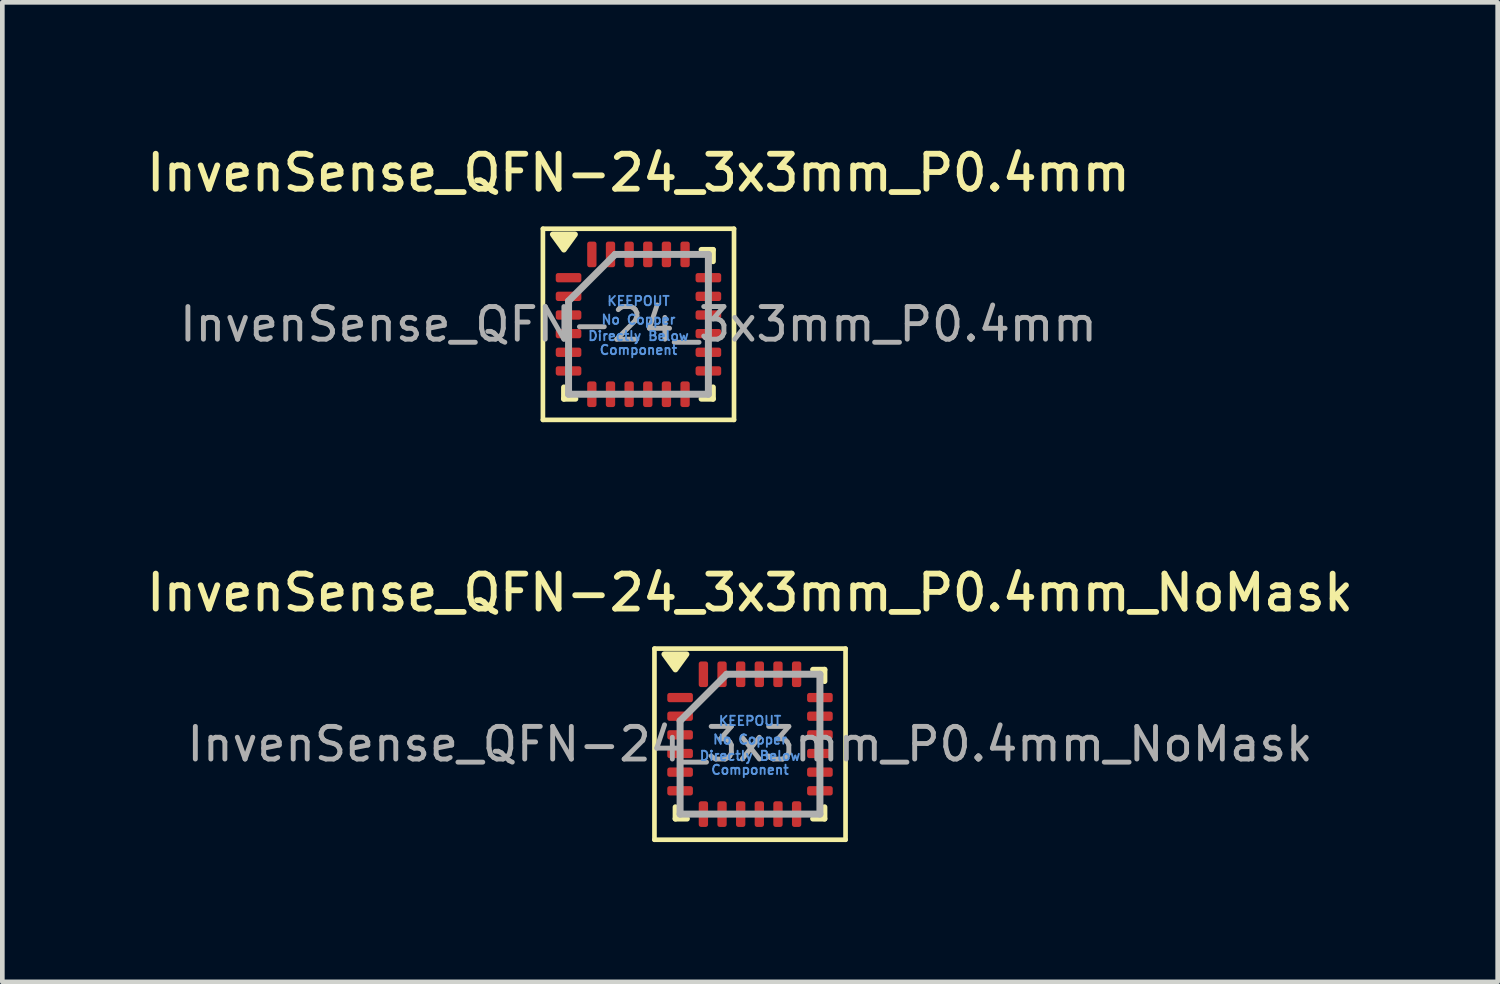
<source format=kicad_pcb>
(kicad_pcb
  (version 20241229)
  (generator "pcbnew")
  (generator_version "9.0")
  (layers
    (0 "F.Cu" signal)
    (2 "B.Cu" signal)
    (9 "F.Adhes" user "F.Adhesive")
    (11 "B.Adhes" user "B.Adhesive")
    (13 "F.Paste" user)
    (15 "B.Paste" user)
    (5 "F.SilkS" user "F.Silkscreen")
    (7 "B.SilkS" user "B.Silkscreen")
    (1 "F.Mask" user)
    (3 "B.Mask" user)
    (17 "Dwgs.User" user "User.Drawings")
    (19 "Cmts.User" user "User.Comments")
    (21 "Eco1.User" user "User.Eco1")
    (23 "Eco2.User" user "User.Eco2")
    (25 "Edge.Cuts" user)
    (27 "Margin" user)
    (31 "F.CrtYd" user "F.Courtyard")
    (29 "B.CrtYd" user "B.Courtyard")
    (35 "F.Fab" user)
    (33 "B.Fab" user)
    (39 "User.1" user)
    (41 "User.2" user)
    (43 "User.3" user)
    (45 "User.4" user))
  (footprint "InvenSense_QFN-24_3x3mm_P0.4mm"
    (layer "F.Cu")
    (at 10.648 3.908)
    (property "Reference" "InvenSense_QFN-24_3x3mm_P0.4mm" (at 0 -3.25 0) (layer "F.SilkS") (effects (font (size 0.75 0.75) (thickness 0.125))))
    (attr smd)
    (fp_line (start -2.05 -2.05) (end 2.05 -2.05) (stroke (width 0.1) (type solid)) (layer "F.SilkS"))
    (fp_line (start -2.05 2.05) (end -2.05 -2.05) (stroke (width 0.1) (type solid)) (layer "F.SilkS"))
    (fp_line (start -1.6 1.6) (end -1.6 1.35) (stroke (width 0.12) (type solid)) (layer "F.SilkS"))
    (fp_line (start -1.6 1.6) (end -1.35 1.6) (stroke (width 0.12) (type solid)) (layer "F.SilkS"))
    (fp_line (start 1.6 -1.6) (end 1.35 -1.6) (stroke (width 0.12) (type solid)) (layer "F.SilkS"))
    (fp_line (start 1.6 -1.6) (end 1.6 -1.35) (stroke (width 0.12) (type solid)) (layer "F.SilkS"))
    (fp_line (start 1.6 1.6) (end 1.35 1.6) (stroke (width 0.12) (type solid)) (layer "F.SilkS"))
    (fp_line (start 1.6 1.6) (end 1.6 1.35) (stroke (width 0.12) (type solid)) (layer "F.SilkS"))
    (fp_line (start 2.05 -2.05) (end 2.05 2.05) (stroke (width 0.1) (type solid)) (layer "F.SilkS"))
    (fp_line (start 2.05 2.05) (end -2.05 2.05) (stroke (width 0.1) (type solid)) (layer "F.SilkS"))
    (fp_poly (pts (xy -1.6 -1.6) (xy -1.84 -1.93) (xy -1.36 -1.93) (xy -1.6 -1.6)) (stroke (width 0.12) (type solid)) (fill yes) (layer "F.SilkS"))
    (fp_line (start -1.5 -0.5) (end -0.5 -1.5) (stroke (width 0.15) (type solid)) (layer "F.Fab"))
    (fp_line (start -1.5 1.5) (end -1.5 -0.5) (stroke (width 0.15) (type solid)) (layer "F.Fab"))
    (fp_line (start -0.5 -1.5) (end 1.5 -1.5) (stroke (width 0.15) (type solid)) (layer "F.Fab"))
    (fp_line (start 1.5 -1.5) (end 1.5 1.5) (stroke (width 0.15) (type solid)) (layer "F.Fab"))
    (fp_line (start 1.5 1.5) (end -1.5 1.5) (stroke (width 0.15) (type solid)) (layer "F.Fab"))
    (fp_text user "No Copper" (at 0 -0.1 0) (layer "Cmts.User") (effects (font (size 0.2 0.2) (thickness 0.04))))
    (fp_text user "Directly Below" (at 0 0.25 0) (layer "Cmts.User") (effects (font (size 0.2 0.2) (thickness 0.04))))
    (fp_text user "Component" (at 0 0.55 0) (layer "Cmts.User") (effects (font (size 0.2 0.2) (thickness 0.04))))
    (fp_text user "KEEPOUT" (at 0 -0.5 0) (layer "Cmts.User") (effects (font (size 0.2 0.2) (thickness 0.04))))
    (fp_text user "${REFERENCE}" (at 0 0 0) (layer "F.Fab") (effects (font (size 0.7 0.7) (thickness 0.105))))
    (pad "1" smd roundrect (at -1.5 -1) (size 0.55 0.2) (layers "F.Cu" "F.Mask" "F.Paste") (roundrect_rratio 0.25))
    (pad "2" smd roundrect (at -1.5 -0.6) (size 0.55 0.2) (layers "F.Cu" "F.Mask" "F.Paste") (roundrect_rratio 0.25))
    (pad "3" smd roundrect (at -1.5 -0.2) (size 0.55 0.2) (layers "F.Cu" "F.Mask" "F.Paste") (roundrect_rratio 0.25))
    (pad "4" smd roundrect (at -1.5 0.2) (size 0.55 0.2) (layers "F.Cu" "F.Mask" "F.Paste") (roundrect_rratio 0.25))
    (pad "5" smd roundrect (at -1.5 0.6) (size 0.55 0.2) (layers "F.Cu" "F.Mask" "F.Paste") (roundrect_rratio 0.25))
    (pad "6" smd roundrect (at -1.5 1) (size 0.55 0.2) (layers "F.Cu" "F.Mask" "F.Paste") (roundrect_rratio 0.25))
    (pad "7" smd roundrect (at -1 1.5 90) (size 0.55 0.2) (layers "F.Cu" "F.Mask" "F.Paste") (roundrect_rratio 0.25))
    (pad "8" smd roundrect (at -0.6 1.5 90) (size 0.55 0.2) (layers "F.Cu" "F.Mask" "F.Paste") (roundrect_rratio 0.25))
    (pad "9" smd roundrect (at -0.2 1.5 90) (size 0.55 0.2) (layers "F.Cu" "F.Mask" "F.Paste") (roundrect_rratio 0.25))
    (pad "10" smd roundrect (at 0.2 1.5 90) (size 0.55 0.2) (layers "F.Cu" "F.Mask" "F.Paste") (roundrect_rratio 0.25))
    (pad "11" smd roundrect (at 0.6 1.5 90) (size 0.55 0.2) (layers "F.Cu" "F.Mask" "F.Paste") (roundrect_rratio 0.25))
    (pad "12" smd roundrect (at 1 1.5 90) (size 0.55 0.2) (layers "F.Cu" "F.Mask" "F.Paste") (roundrect_rratio 0.25))
    (pad "13" smd roundrect (at 1.5 1) (size 0.55 0.2) (layers "F.Cu" "F.Mask" "F.Paste") (roundrect_rratio 0.25))
    (pad "14" smd roundrect (at 1.5 0.6) (size 0.55 0.2) (layers "F.Cu" "F.Mask" "F.Paste") (roundrect_rratio 0.25))
    (pad "15" smd roundrect (at 1.5 0.2) (size 0.55 0.2) (layers "F.Cu" "F.Mask" "F.Paste") (roundrect_rratio 0.25))
    (pad "16" smd roundrect (at 1.5 -0.2) (size 0.55 0.2) (layers "F.Cu" "F.Mask" "F.Paste") (roundrect_rratio 0.25))
    (pad "17" smd roundrect (at 1.5 -0.6) (size 0.55 0.2) (layers "F.Cu" "F.Mask" "F.Paste") (roundrect_rratio 0.25))
    (pad "18" smd roundrect (at 1.5 -1) (size 0.55 0.2) (layers "F.Cu" "F.Mask" "F.Paste") (roundrect_rratio 0.25))
    (pad "19" smd roundrect (at 1 -1.5 90) (size 0.55 0.2) (layers "F.Cu" "F.Mask" "F.Paste") (roundrect_rratio 0.25))
    (pad "20" smd roundrect (at 0.6 -1.5 90) (size 0.55 0.2) (layers "F.Cu" "F.Mask" "F.Paste") (roundrect_rratio 0.25))
    (pad "21" smd roundrect (at 0.2 -1.5 90) (size 0.55 0.2) (layers "F.Cu" "F.Mask" "F.Paste") (roundrect_rratio 0.25))
    (pad "22" smd roundrect (at -0.2 -1.5 90) (size 0.55 0.2) (layers "F.Cu" "F.Mask" "F.Paste") (roundrect_rratio 0.25))
    (pad "23" smd roundrect (at -0.6 -1.5 90) (size 0.55 0.2) (layers "F.Cu" "F.Mask" "F.Paste") (roundrect_rratio 0.25))
    (pad "24" smd roundrect (at -1 -1.5 90) (size 0.55 0.2) (layers "F.Cu" "F.Mask" "F.Paste") (roundrect_rratio 0.25))
    (zone (net_name "") (layer "F.Cu") (hatch full 0.508) (connect_pads) (min_thickness 0.254) (filled_areas_thickness no) (keepout (tracks not_allowed) (vias not_allowed) (pads not_allowed) (copperpour not_allowed) (footprints allowed)) (placement (enabled no)) (fill) (polygon (pts (xy 9.773 3.113) (xy 11.523 3.113) (xy 11.523 4.703) (xy 9.773 4.703)))))
  (footprint "InvenSense_QFN-24_3x3mm_P0.4mm_NoMask"
    (layer "F.Cu")
    (at 13.041 12.916)
    (property "Reference" "InvenSense_QFN-24_3x3mm_P0.4mm_NoMask" (at 0 -3.25 0) (layer "F.SilkS") (effects (font (size 0.75 0.75) (thickness 0.125))))
    (attr smd)
    (fp_line (start -2.05 -2.05) (end 2.05 -2.05) (stroke (width 0.1) (type solid)) (layer "F.SilkS"))
    (fp_line (start -2.05 2.05) (end -2.05 -2.05) (stroke (width 0.1) (type solid)) (layer "F.SilkS"))
    (fp_line (start -1.6 1.6) (end -1.6 1.35) (stroke (width 0.12) (type solid)) (layer "F.SilkS"))
    (fp_line (start -1.6 1.6) (end -1.35 1.6) (stroke (width 0.12) (type solid)) (layer "F.SilkS"))
    (fp_line (start 1.6 -1.6) (end 1.35 -1.6) (stroke (width 0.12) (type solid)) (layer "F.SilkS"))
    (fp_line (start 1.6 -1.6) (end 1.6 -1.35) (stroke (width 0.12) (type solid)) (layer "F.SilkS"))
    (fp_line (start 1.6 1.6) (end 1.35 1.6) (stroke (width 0.12) (type solid)) (layer "F.SilkS"))
    (fp_line (start 1.6 1.6) (end 1.6 1.35) (stroke (width 0.12) (type solid)) (layer "F.SilkS"))
    (fp_line (start 2.05 -2.05) (end 2.05 2.05) (stroke (width 0.1) (type solid)) (layer "F.SilkS"))
    (fp_line (start 2.05 2.05) (end -2.05 2.05) (stroke (width 0.1) (type solid)) (layer "F.SilkS"))
    (fp_poly (pts (xy -1.6 -1.6) (xy -1.84 -1.93) (xy -1.36 -1.93) (xy -1.6 -1.6)) (stroke (width 0.12) (type solid)) (fill yes) (layer "F.SilkS"))
    (fp_line (start -1.5 -0.5) (end -0.5 -1.5) (stroke (width 0.15) (type solid)) (layer "F.Fab"))
    (fp_line (start -1.5 1.5) (end -1.5 -0.5) (stroke (width 0.15) (type solid)) (layer "F.Fab"))
    (fp_line (start -0.5 -1.5) (end 1.5 -1.5) (stroke (width 0.15) (type solid)) (layer "F.Fab"))
    (fp_line (start 1.5 -1.5) (end 1.5 1.5) (stroke (width 0.15) (type solid)) (layer "F.Fab"))
    (fp_line (start 1.5 1.5) (end -1.5 1.5) (stroke (width 0.15) (type solid)) (layer "F.Fab"))
    (fp_text user "KEEPOUT" (at 0 -0.5 0) (layer "Cmts.User") (effects (font (size 0.2 0.2) (thickness 0.04))))
    (fp_text user "Component" (at 0 0.55 0) (layer "Cmts.User") (effects (font (size 0.2 0.2) (thickness 0.04))))
    (fp_text user "No Copper" (at 0 -0.1 0) (layer "Cmts.User") (effects (font (size 0.2 0.2) (thickness 0.04))))
    (fp_text user "Directly Below" (at 0 0.25 0) (layer "Cmts.User") (effects (font (size 0.2 0.2) (thickness 0.04))))
    (fp_text user "${REFERENCE}" (at 0 0 0) (layer "F.Fab") (effects (font (size 0.7 0.7) (thickness 0.105))))
    (pad "" smd roundrect (at 0 0) (size 1.75 1.59) (layers "F.Mask") (roundrect_rratio 0.15))
    (pad "1" smd roundrect (at -1.5 -1) (size 0.55 0.2) (layers "F.Cu" "F.Mask" "F.Paste") (roundrect_rratio 0.25))
    (pad "2" smd roundrect (at -1.5 -0.6) (size 0.55 0.2) (layers "F.Cu" "F.Mask" "F.Paste") (roundrect_rratio 0.25))
    (pad "3" smd roundrect (at -1.5 -0.2) (size 0.55 0.2) (layers "F.Cu" "F.Mask" "F.Paste") (roundrect_rratio 0.25))
    (pad "4" smd roundrect (at -1.5 0.2) (size 0.55 0.2) (layers "F.Cu" "F.Mask" "F.Paste") (roundrect_rratio 0.25))
    (pad "5" smd roundrect (at -1.5 0.6) (size 0.55 0.2) (layers "F.Cu" "F.Mask" "F.Paste") (roundrect_rratio 0.25))
    (pad "6" smd roundrect (at -1.5 1) (size 0.55 0.2) (layers "F.Cu" "F.Mask" "F.Paste") (roundrect_rratio 0.25))
    (pad "7" smd roundrect (at -1 1.5 90) (size 0.55 0.2) (layers "F.Cu" "F.Mask" "F.Paste") (roundrect_rratio 0.25))
    (pad "8" smd roundrect (at -0.6 1.5 90) (size 0.55 0.2) (layers "F.Cu" "F.Mask" "F.Paste") (roundrect_rratio 0.25))
    (pad "9" smd roundrect (at -0.2 1.5 90) (size 0.55 0.2) (layers "F.Cu" "F.Mask" "F.Paste") (roundrect_rratio 0.25))
    (pad "10" smd roundrect (at 0.2 1.5 90) (size 0.55 0.2) (layers "F.Cu" "F.Mask" "F.Paste") (roundrect_rratio 0.25))
    (pad "11" smd roundrect (at 0.6 1.5 90) (size 0.55 0.2) (layers "F.Cu" "F.Mask" "F.Paste") (roundrect_rratio 0.25))
    (pad "12" smd roundrect (at 1 1.5 90) (size 0.55 0.2) (layers "F.Cu" "F.Mask" "F.Paste") (roundrect_rratio 0.25))
    (pad "13" smd roundrect (at 1.5 1) (size 0.55 0.2) (layers "F.Cu" "F.Mask" "F.Paste") (roundrect_rratio 0.25))
    (pad "14" smd roundrect (at 1.5 0.6) (size 0.55 0.2) (layers "F.Cu" "F.Mask" "F.Paste") (roundrect_rratio 0.25))
    (pad "15" smd roundrect (at 1.5 0.2) (size 0.55 0.2) (layers "F.Cu" "F.Mask" "F.Paste") (roundrect_rratio 0.25))
    (pad "16" smd roundrect (at 1.5 -0.2) (size 0.55 0.2) (layers "F.Cu" "F.Mask" "F.Paste") (roundrect_rratio 0.25))
    (pad "17" smd roundrect (at 1.5 -0.6) (size 0.55 0.2) (layers "F.Cu" "F.Mask" "F.Paste") (roundrect_rratio 0.25))
    (pad "18" smd roundrect (at 1.5 -1) (size 0.55 0.2) (layers "F.Cu" "F.Mask" "F.Paste") (roundrect_rratio 0.25))
    (pad "19" smd roundrect (at 1 -1.5 90) (size 0.55 0.2) (layers "F.Cu" "F.Mask" "F.Paste") (roundrect_rratio 0.25))
    (pad "20" smd roundrect (at 0.6 -1.5 90) (size 0.55 0.2) (layers "F.Cu" "F.Mask" "F.Paste") (roundrect_rratio 0.25))
    (pad "21" smd roundrect (at 0.2 -1.5 90) (size 0.55 0.2) (layers "F.Cu" "F.Mask" "F.Paste") (roundrect_rratio 0.25))
    (pad "22" smd roundrect (at -0.2 -1.5 90) (size 0.55 0.2) (layers "F.Cu" "F.Mask" "F.Paste") (roundrect_rratio 0.25))
    (pad "23" smd roundrect (at -0.6 -1.5 90) (size 0.55 0.2) (layers "F.Cu" "F.Mask" "F.Paste") (roundrect_rratio 0.25))
    (pad "24" smd roundrect (at -1 -1.5 90) (size 0.55 0.2) (layers "F.Cu" "F.Mask" "F.Paste") (roundrect_rratio 0.25))
    (zone (net_name "") (layer "F.Cu") (hatch full 0.508) (connect_pads) (min_thickness 0.254) (filled_areas_thickness no) (keepout (tracks not_allowed) (vias not_allowed) (pads not_allowed) (copperpour not_allowed) (footprints allowed)) (placement (enabled no)) (fill) (polygon (pts (xy 12.166 12.121) (xy 13.916 12.121) (xy 13.916 13.711) (xy 12.166 13.711)))))
  (gr_rect
    (start -3 -3)
    (end 29.082 18.016)
    (stroke (width 0.1) (type default))
    (fill no)
    (layer "Edge.Cuts")))
</source>
